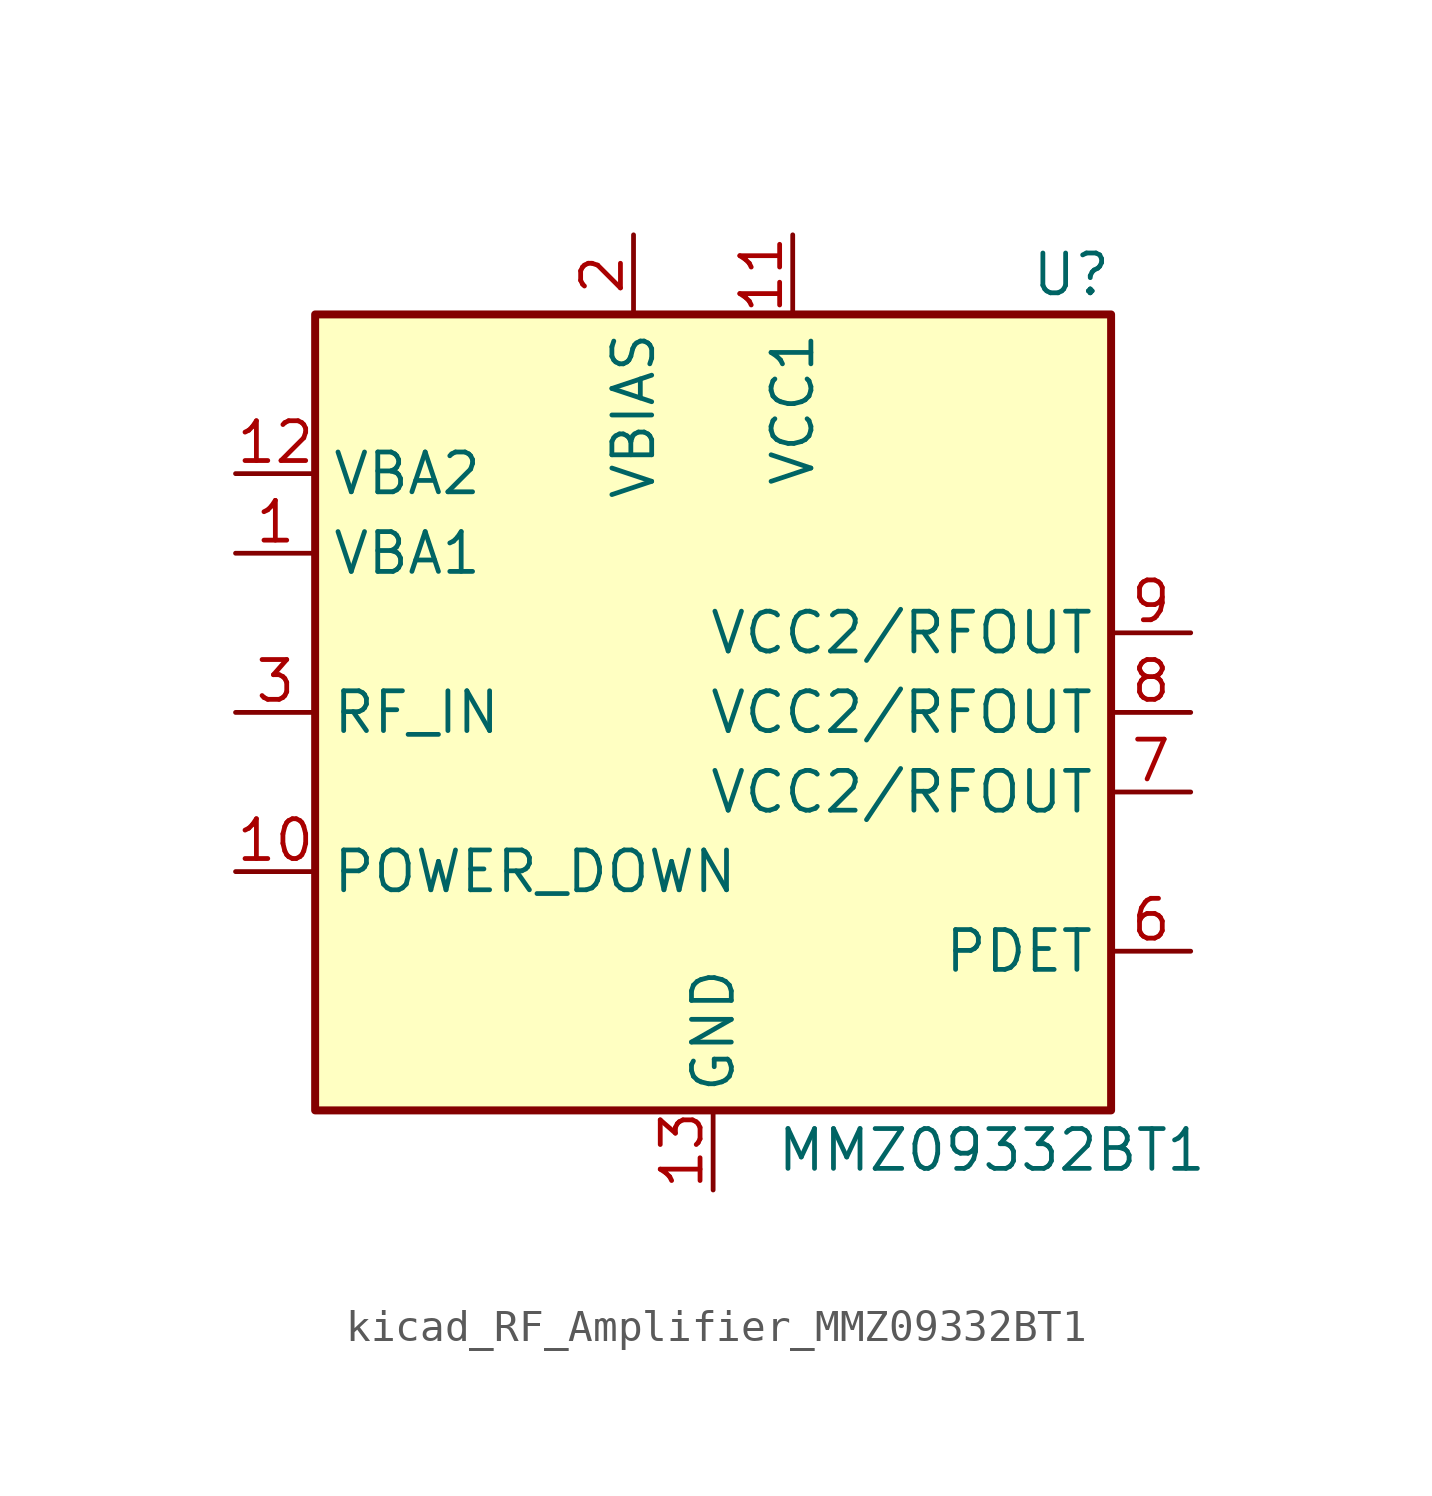
<source format=kicad_sym>
(kicad_symbol_lib
  (version 20220914)
  (generator kicad_symbol_editor)
  (symbol "kicad_RF_Amplifier_MMZ09332BT1"
    (property "Reference" "U"
      (at 11.43 13.97 0)
      (effects (font (size 1.27 1.27))))
    (property "Value" "MMZ09332BT1"
      (at 8.89 -13.97 0)
      (effects (font (size 1.27 1.27))))
    (symbol "kicad_RF_Amplifier_MMZ09332BT1_0_1"
      (rectangle (start -12.7 12.7) (end 12.7 -12.7) (stroke (width 0.254) (type default)) (fill (type background))))
    (symbol "kicad_RF_Amplifier_MMZ09332BT1_1_1"
      (pin input line (at -15.24 5.08 0) (length 2.54) (name "VBA1" (effects (font (size 1.27 1.27)))) (number "1" (effects (font (size 1.27 1.27)))))
      (pin input line (at -15.24 -5.08 0) (length 2.54) (name "POWER_DOWN" (effects (font (size 1.27 1.27)))) (number "10" (effects (font (size 1.27 1.27)))))
      (pin power_in line (at 2.54 15.24 270) (length 2.54) (name "VCC1" (effects (font (size 1.27 1.27)))) (number "11" (effects (font (size 1.27 1.27)))))
      (pin input line (at -15.24 7.62 0) (length 2.54) (name "VBA2" (effects (font (size 1.27 1.27)))) (number "12" (effects (font (size 1.27 1.27)))))
      (pin power_in line (at 0 -15.24 90) (length 2.54) (name "GND" (effects (font (size 1.27 1.27)))) (number "13" (effects (font (size 1.27 1.27)))))
      (pin power_in line (at -2.54 15.24 270) (length 2.54) (name "VBIAS" (effects (font (size 1.27 1.27)))) (number "2" (effects (font (size 1.27 1.27)))))
      (pin input line (at -15.24 0 0) (length 2.54) (name "RF_IN" (effects (font (size 1.27 1.27)))) (number "3" (effects (font (size 1.27 1.27)))))
      (pin no_connect line (at -5.08 -12.7 90) (length 2.54) hide (name "NC" (effects (font (size 1.27 1.27)))) (number "4" (effects (font (size 1.27 1.27)))))
      (pin no_connect line (at -7.62 -12.7 90) (length 2.54) hide (name "NC" (effects (font (size 1.27 1.27)))) (number "5" (effects (font (size 1.27 1.27)))))
      (pin output line (at 15.24 -7.62 180) (length 2.54) (name "PDET" (effects (font (size 1.27 1.27)))) (number "6" (effects (font (size 1.27 1.27)))))
      (pin input line (at 15.24 -2.54 180) (length 2.54) (name "VCC2/RFOUT" (effects (font (size 1.27 1.27)))) (number "7" (effects (font (size 1.27 1.27)))))
      (pin input line (at 15.24 0 180) (length 2.54) (name "VCC2/RFOUT" (effects (font (size 1.27 1.27)))) (number "8" (effects (font (size 1.27 1.27)))))
      (pin input line (at 15.24 2.54 180) (length 2.54) (name "VCC2/RFOUT" (effects (font (size 1.27 1.27)))) (number "9" (effects (font (size 1.27 1.27))))))))
</source>
